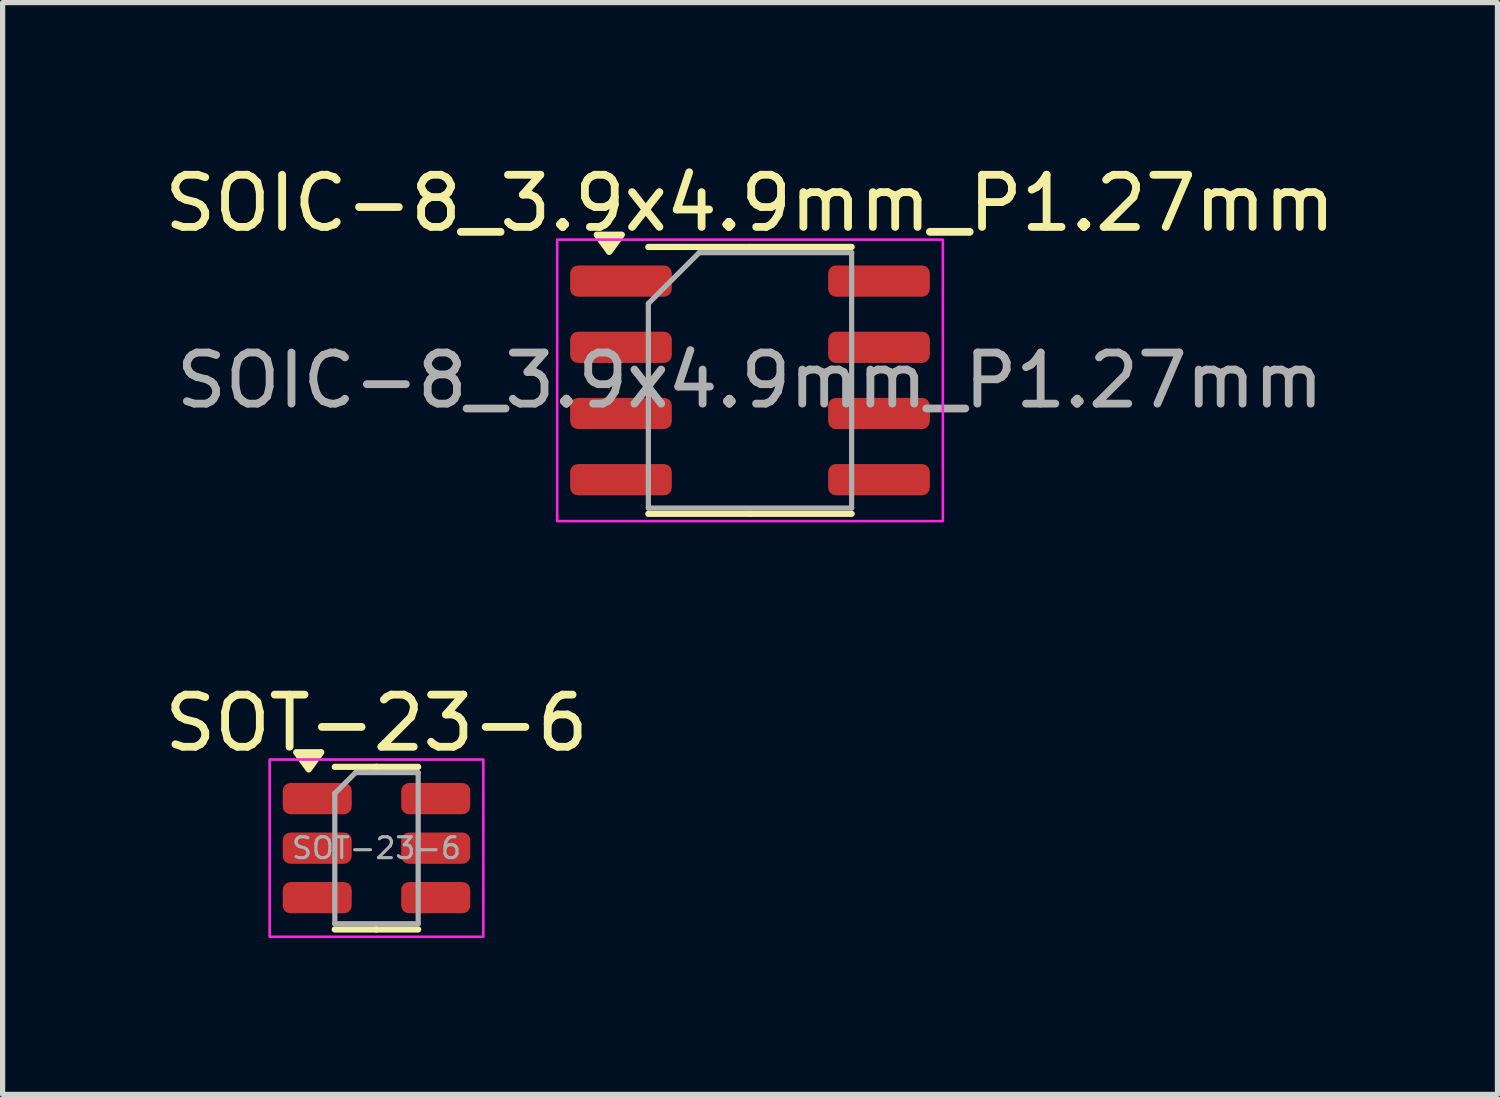
<source format=kicad_pcb>
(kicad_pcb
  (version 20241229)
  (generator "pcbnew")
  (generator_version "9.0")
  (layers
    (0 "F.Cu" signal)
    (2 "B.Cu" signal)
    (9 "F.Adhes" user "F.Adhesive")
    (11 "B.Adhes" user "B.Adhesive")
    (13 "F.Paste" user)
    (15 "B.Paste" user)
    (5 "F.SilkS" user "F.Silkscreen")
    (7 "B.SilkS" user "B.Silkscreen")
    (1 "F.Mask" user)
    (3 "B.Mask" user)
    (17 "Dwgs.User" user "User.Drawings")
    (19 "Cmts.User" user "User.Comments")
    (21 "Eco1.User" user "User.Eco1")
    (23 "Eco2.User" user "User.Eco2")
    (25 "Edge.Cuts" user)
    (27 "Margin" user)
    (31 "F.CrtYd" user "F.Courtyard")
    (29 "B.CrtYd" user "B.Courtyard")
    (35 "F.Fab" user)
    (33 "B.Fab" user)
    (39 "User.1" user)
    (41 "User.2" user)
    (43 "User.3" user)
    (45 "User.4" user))
  (footprint "SOT-23-6"
    (layer "F.Cu")
    (at 4.173 13.222)
    (property "Reference" "SOT-23-6" (at 0 -2.4 0) (layer "F.SilkS") (effects (font (size 1 1) (thickness 0.15))))
    (attr smd)
    (fp_line (start 0 -1.56) (end -0.8 -1.56) (stroke (width 0.12) (type solid)) (layer "F.SilkS"))
    (fp_line (start 0 -1.56) (end 0.8 -1.56) (stroke (width 0.12) (type solid)) (layer "F.SilkS"))
    (fp_line (start 0 1.56) (end -0.8 1.56) (stroke (width 0.12) (type solid)) (layer "F.SilkS"))
    (fp_line (start 0 1.56) (end 0.8 1.56) (stroke (width 0.12) (type solid)) (layer "F.SilkS"))
    (fp_poly (pts (xy -1.3 -1.51) (xy -1.54 -1.84) (xy -1.06 -1.84)) (stroke (width 0.12) (type solid)) (fill yes) (layer "F.SilkS"))
    (fp_rect (start -2.05 -1.7) (end 2.05 1.7) (stroke (width 0.05) (type solid)) (fill no) (layer "F.CrtYd"))
    (fp_line (start -0.8 -1.05) (end -0.4 -1.45) (stroke (width 0.1) (type solid)) (layer "F.Fab"))
    (fp_line (start -0.8 1.45) (end -0.8 -1.05) (stroke (width 0.1) (type solid)) (layer "F.Fab"))
    (fp_line (start -0.4 -1.45) (end 0.8 -1.45) (stroke (width 0.1) (type solid)) (layer "F.Fab"))
    (fp_line (start 0.8 -1.45) (end 0.8 1.45) (stroke (width 0.1) (type solid)) (layer "F.Fab"))
    (fp_line (start 0.8 1.45) (end -0.8 1.45) (stroke (width 0.1) (type solid)) (layer "F.Fab"))
    (fp_text user "${REFERENCE}" (at 0 0 0) (layer "F.Fab") (effects (font (size 0.4 0.4) (thickness 0.06))))
    (pad "1" smd roundrect (at -1.137 -0.95) (size 1.325 0.6) (layers "F.Cu" "F.Mask" "F.Paste") (roundrect_rratio 0.25))
    (pad "2" smd roundrect (at -1.137 0) (size 1.325 0.6) (layers "F.Cu" "F.Mask" "F.Paste") (roundrect_rratio 0.25))
    (pad "3" smd roundrect (at -1.137 0.95) (size 1.325 0.6) (layers "F.Cu" "F.Mask" "F.Paste") (roundrect_rratio 0.25))
    (pad "4" smd roundrect (at 1.137 0.95) (size 1.325 0.6) (layers "F.Cu" "F.Mask" "F.Paste") (roundrect_rratio 0.25))
    (pad "5" smd roundrect (at 1.137 0) (size 1.325 0.6) (layers "F.Cu" "F.Mask" "F.Paste") (roundrect_rratio 0.25))
    (pad "6" smd roundrect (at 1.137 -0.95) (size 1.325 0.6) (layers "F.Cu" "F.Mask" "F.Paste") (roundrect_rratio 0.25)))
  (footprint "SOIC-8_3.9x4.9mm_P1.27mm"
    (layer "F.Cu")
    (at 11.339 4.248)
    (property "Reference" "SOIC-8_3.9x4.9mm_P1.27mm" (at 0 -3.4 0) (layer "F.SilkS") (effects (font (size 1 1) (thickness 0.15))))
    (attr smd)
    (fp_line (start 0 -2.56) (end -1.95 -2.56) (stroke (width 0.12) (type solid)) (layer "F.SilkS"))
    (fp_line (start 0 -2.56) (end 1.95 -2.56) (stroke (width 0.12) (type solid)) (layer "F.SilkS"))
    (fp_line (start 0 2.56) (end -1.95 2.56) (stroke (width 0.12) (type solid)) (layer "F.SilkS"))
    (fp_line (start 0 2.56) (end 1.95 2.56) (stroke (width 0.12) (type solid)) (layer "F.SilkS"))
    (fp_poly (pts (xy -2.7 -2.465) (xy -2.94 -2.795) (xy -2.46 -2.795)) (stroke (width 0.12) (type solid)) (fill yes) (layer "F.SilkS"))
    (fp_rect (start -3.7 -2.7) (end 3.7 2.7) (stroke (width 0.05) (type solid)) (fill no) (layer "F.CrtYd"))
    (fp_line (start -1.95 -1.475) (end -0.975 -2.45) (stroke (width 0.1) (type solid)) (layer "F.Fab"))
    (fp_line (start -1.95 2.45) (end -1.95 -1.475) (stroke (width 0.1) (type solid)) (layer "F.Fab"))
    (fp_line (start -0.975 -2.45) (end 1.95 -2.45) (stroke (width 0.1) (type solid)) (layer "F.Fab"))
    (fp_line (start 1.95 -2.45) (end 1.95 2.45) (stroke (width 0.1) (type solid)) (layer "F.Fab"))
    (fp_line (start 1.95 2.45) (end -1.95 2.45) (stroke (width 0.1) (type solid)) (layer "F.Fab"))
    (fp_text user "${REFERENCE}" (at 0 0 0) (layer "F.Fab") (effects (font (size 0.98 0.98) (thickness 0.15))))
    (pad "1" smd roundrect (at -2.475 -1.905) (size 1.95 0.6) (layers "F.Cu" "F.Mask" "F.Paste") (roundrect_rratio 0.25))
    (pad "2" smd roundrect (at -2.475 -0.635) (size 1.95 0.6) (layers "F.Cu" "F.Mask" "F.Paste") (roundrect_rratio 0.25))
    (pad "3" smd roundrect (at -2.475 0.635) (size 1.95 0.6) (layers "F.Cu" "F.Mask" "F.Paste") (roundrect_rratio 0.25))
    (pad "4" smd roundrect (at -2.475 1.905) (size 1.95 0.6) (layers "F.Cu" "F.Mask" "F.Paste") (roundrect_rratio 0.25))
    (pad "5" smd roundrect (at 2.475 1.905) (size 1.95 0.6) (layers "F.Cu" "F.Mask" "F.Paste") (roundrect_rratio 0.25))
    (pad "6" smd roundrect (at 2.475 0.635) (size 1.95 0.6) (layers "F.Cu" "F.Mask" "F.Paste") (roundrect_rratio 0.25))
    (pad "7" smd roundrect (at 2.475 -0.635) (size 1.95 0.6) (layers "F.Cu" "F.Mask" "F.Paste") (roundrect_rratio 0.25))
    (pad "8" smd roundrect (at 2.475 -1.905) (size 1.95 0.6) (layers "F.Cu" "F.Mask" "F.Paste") (roundrect_rratio 0.25)))
  (gr_rect
    (start -3 -3)
    (end 25.679 17.947)
    (stroke (width 0.1) (type default))
    (fill no)
    (layer "Edge.Cuts")))
</source>
